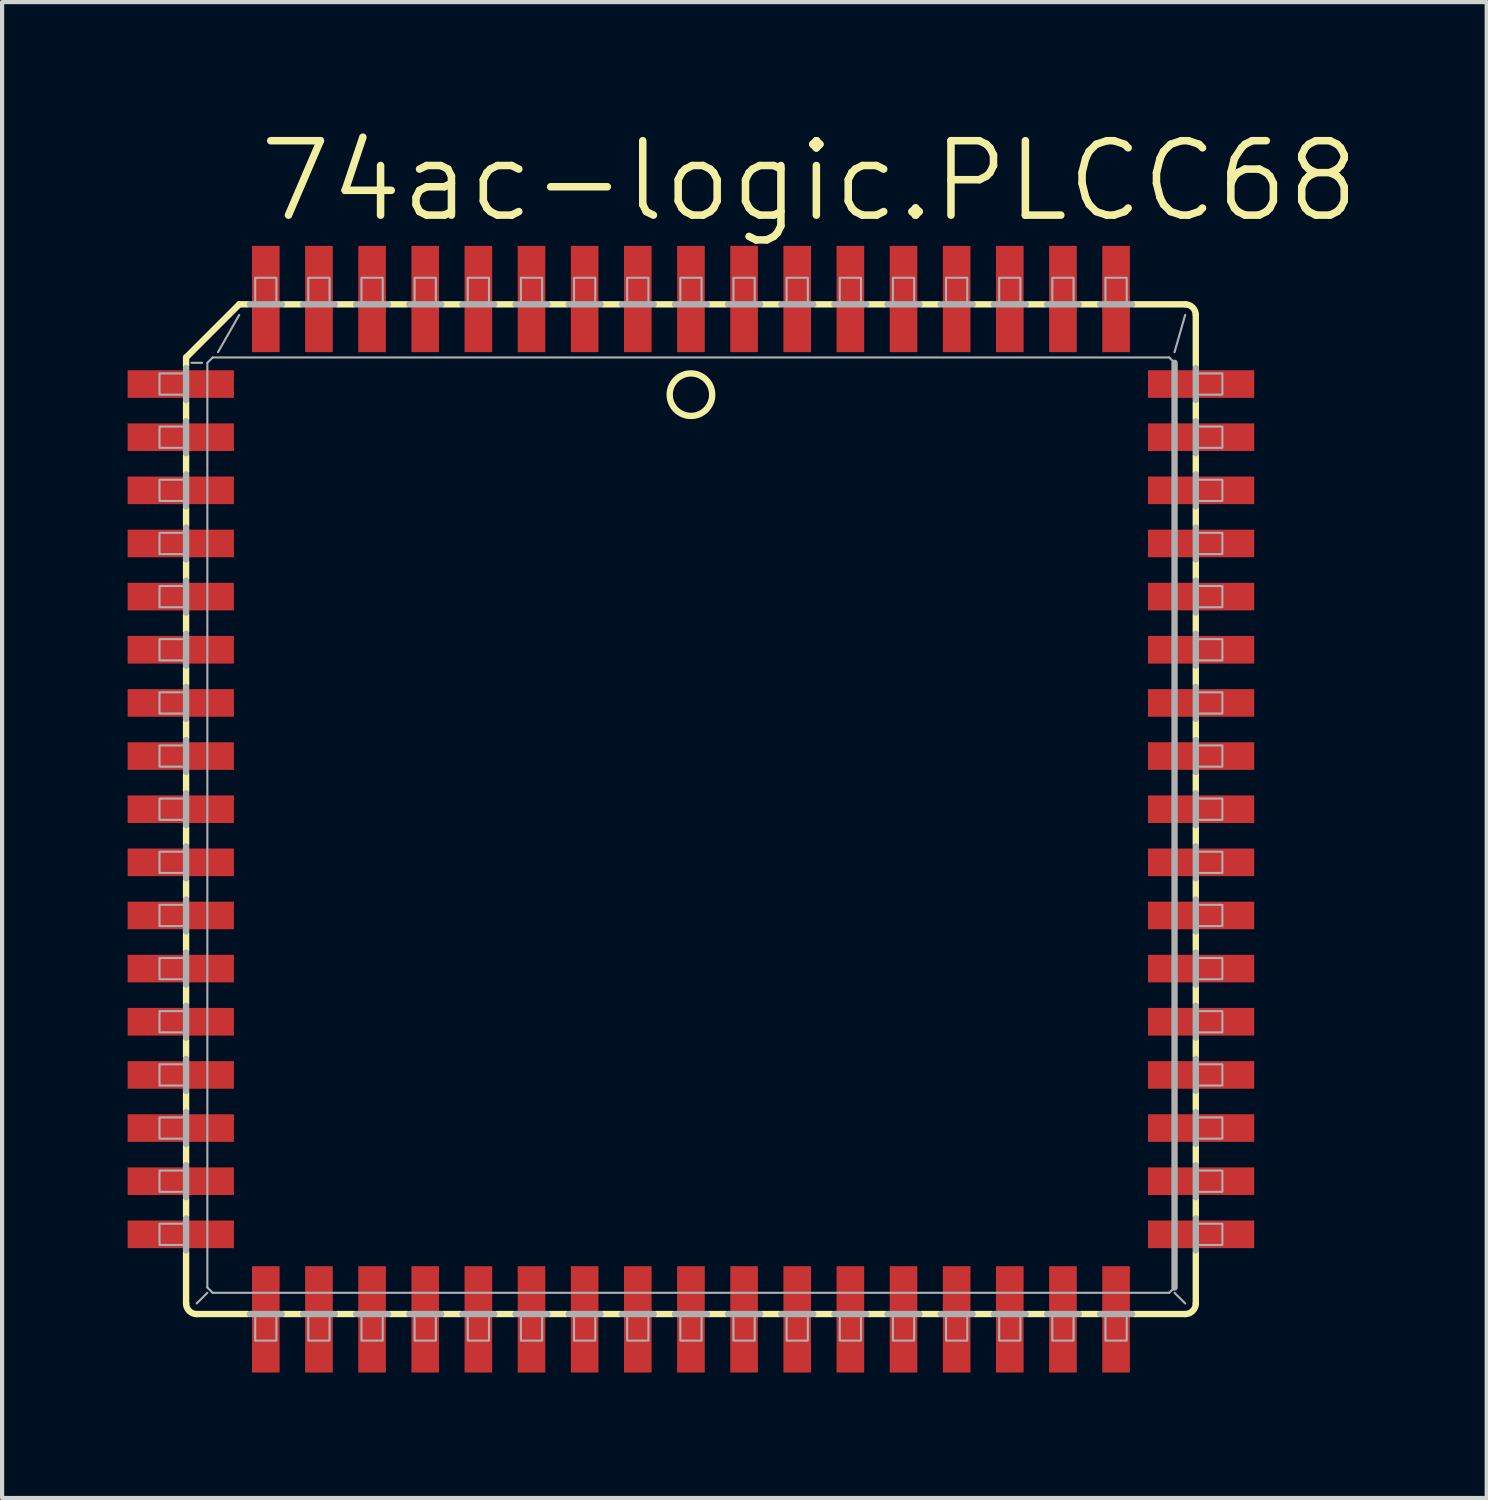
<source format=kicad_pcb>
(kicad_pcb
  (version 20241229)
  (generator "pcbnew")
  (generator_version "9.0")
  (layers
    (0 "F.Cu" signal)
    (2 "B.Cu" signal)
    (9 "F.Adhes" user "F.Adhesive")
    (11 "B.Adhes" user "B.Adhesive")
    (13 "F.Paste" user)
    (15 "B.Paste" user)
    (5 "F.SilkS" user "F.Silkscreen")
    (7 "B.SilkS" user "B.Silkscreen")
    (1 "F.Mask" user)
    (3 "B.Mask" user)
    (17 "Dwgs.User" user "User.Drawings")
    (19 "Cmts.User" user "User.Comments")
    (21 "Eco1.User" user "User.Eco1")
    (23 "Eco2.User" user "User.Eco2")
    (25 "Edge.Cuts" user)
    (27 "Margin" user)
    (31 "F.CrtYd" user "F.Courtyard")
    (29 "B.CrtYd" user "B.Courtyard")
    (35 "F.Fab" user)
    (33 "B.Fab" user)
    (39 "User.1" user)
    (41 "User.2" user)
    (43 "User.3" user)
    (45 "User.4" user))
  (footprint "74ac-logic.PLCC68"
    (layer "F.Cu")
    (at 13.462 16.288)
    (property "Reference" "74ac-logic.PLCC68" (at -10.414 -13.97 0) (layer "F.SilkS") (effects (font (size 1.778 1.778) (thickness 0.18)) (justify left bottom)))
    (attr smd)
    (fp_line (start -12.065 -10.795) (end -12.065 -10.592) (stroke (width 0.152) (type default)) (layer "F.SilkS"))
    (fp_line (start -12.065 -10.795) (end -10.795 -12.065) (stroke (width 0.152) (type default)) (layer "F.SilkS"))
    (fp_line (start -12.065 -9.728) (end -12.065 -9.322) (stroke (width 0.152) (type default)) (layer "F.SilkS"))
    (fp_line (start -12.065 -8.458) (end -12.065 -8.052) (stroke (width 0.152) (type default)) (layer "F.SilkS"))
    (fp_line (start -12.065 -7.188) (end -12.065 -6.782) (stroke (width 0.152) (type default)) (layer "F.SilkS"))
    (fp_line (start -12.065 -5.918) (end -12.065 -5.512) (stroke (width 0.152) (type default)) (layer "F.SilkS"))
    (fp_line (start -12.065 -4.648) (end -12.065 -4.242) (stroke (width 0.152) (type default)) (layer "F.SilkS"))
    (fp_line (start -12.065 -3.378) (end -12.065 -2.972) (stroke (width 0.152) (type default)) (layer "F.SilkS"))
    (fp_line (start -12.065 -1.702) (end -12.065 -2.108) (stroke (width 0.152) (type default)) (layer "F.SilkS"))
    (fp_line (start -12.065 -0.838) (end -12.065 -0.432) (stroke (width 0.152) (type default)) (layer "F.SilkS"))
    (fp_line (start -12.065 0.838) (end -12.065 0.432) (stroke (width 0.152) (type default)) (layer "F.SilkS"))
    (fp_line (start -12.065 1.702) (end -12.065 2.108) (stroke (width 0.152) (type default)) (layer "F.SilkS"))
    (fp_line (start -12.065 3.378) (end -12.065 2.972) (stroke (width 0.152) (type default)) (layer "F.SilkS"))
    (fp_line (start -12.065 4.242) (end -12.065 4.648) (stroke (width 0.152) (type default)) (layer "F.SilkS"))
    (fp_line (start -12.065 5.918) (end -12.065 5.512) (stroke (width 0.152) (type default)) (layer "F.SilkS"))
    (fp_line (start -12.065 6.782) (end -12.065 7.188) (stroke (width 0.152) (type default)) (layer "F.SilkS"))
    (fp_line (start -12.065 8.458) (end -12.065 8.052) (stroke (width 0.152) (type default)) (layer "F.SilkS"))
    (fp_line (start -12.065 9.322) (end -12.065 9.728) (stroke (width 0.152) (type default)) (layer "F.SilkS"))
    (fp_line (start -12.065 11.811) (end -12.065 10.592) (stroke (width 0.152) (type default)) (layer "F.SilkS"))
    (fp_line (start -11.811 12.065) (end -10.592 12.065) (stroke (width 0.152) (type default)) (layer "F.SilkS"))
    (fp_line (start -10.795 -12.065) (end -10.592 -12.065) (stroke (width 0.152) (type default)) (layer "F.SilkS"))
    (fp_line (start -9.728 12.065) (end -9.322 12.065) (stroke (width 0.152) (type default)) (layer "F.SilkS"))
    (fp_line (start -9.322 -12.065) (end -9.728 -12.065) (stroke (width 0.152) (type default)) (layer "F.SilkS"))
    (fp_line (start -8.458 -12.065) (end -8.052 -12.065) (stroke (width 0.152) (type default)) (layer "F.SilkS"))
    (fp_line (start -8.458 12.065) (end -8.052 12.065) (stroke (width 0.152) (type default)) (layer "F.SilkS"))
    (fp_line (start -7.188 12.065) (end -6.782 12.065) (stroke (width 0.152) (type default)) (layer "F.SilkS"))
    (fp_line (start -6.782 -12.065) (end -7.188 -12.065) (stroke (width 0.152) (type default)) (layer "F.SilkS"))
    (fp_line (start -5.918 -12.065) (end -5.512 -12.065) (stroke (width 0.152) (type default)) (layer "F.SilkS"))
    (fp_line (start -5.918 12.065) (end -5.512 12.065) (stroke (width 0.152) (type default)) (layer "F.SilkS"))
    (fp_line (start -4.648 12.065) (end -4.242 12.065) (stroke (width 0.152) (type default)) (layer "F.SilkS"))
    (fp_line (start -4.242 -12.065) (end -4.648 -12.065) (stroke (width 0.152) (type default)) (layer "F.SilkS"))
    (fp_line (start -3.378 -12.065) (end -2.972 -12.065) (stroke (width 0.152) (type default)) (layer "F.SilkS"))
    (fp_line (start -3.378 12.065) (end -2.972 12.065) (stroke (width 0.152) (type default)) (layer "F.SilkS"))
    (fp_line (start -1.702 -12.065) (end -2.108 -12.065) (stroke (width 0.152) (type default)) (layer "F.SilkS"))
    (fp_line (start -1.702 12.065) (end -2.108 12.065) (stroke (width 0.152) (type default)) (layer "F.SilkS"))
    (fp_line (start -0.838 -12.065) (end -0.432 -12.065) (stroke (width 0.152) (type default)) (layer "F.SilkS"))
    (fp_line (start -0.838 12.065) (end -0.432 12.065) (stroke (width 0.152) (type default)) (layer "F.SilkS"))
    (fp_line (start 0.838 -12.065) (end 0.432 -12.065) (stroke (width 0.152) (type default)) (layer "F.SilkS"))
    (fp_line (start 0.838 12.065) (end 0.432 12.065) (stroke (width 0.152) (type default)) (layer "F.SilkS"))
    (fp_line (start 1.702 -12.065) (end 2.108 -12.065) (stroke (width 0.152) (type default)) (layer "F.SilkS"))
    (fp_line (start 1.702 12.065) (end 2.108 12.065) (stroke (width 0.152) (type default)) (layer "F.SilkS"))
    (fp_line (start 3.378 -12.065) (end 2.972 -12.065) (stroke (width 0.152) (type default)) (layer "F.SilkS"))
    (fp_line (start 3.378 12.065) (end 2.972 12.065) (stroke (width 0.152) (type default)) (layer "F.SilkS"))
    (fp_line (start 4.242 12.065) (end 4.648 12.065) (stroke (width 0.152) (type default)) (layer "F.SilkS"))
    (fp_line (start 4.648 -12.065) (end 4.242 -12.065) (stroke (width 0.152) (type default)) (layer "F.SilkS"))
    (fp_line (start 5.918 -12.065) (end 5.512 -12.065) (stroke (width 0.152) (type default)) (layer "F.SilkS"))
    (fp_line (start 5.918 12.065) (end 5.512 12.065) (stroke (width 0.152) (type default)) (layer "F.SilkS"))
    (fp_line (start 6.782 12.065) (end 7.188 12.065) (stroke (width 0.152) (type default)) (layer "F.SilkS"))
    (fp_line (start 7.188 -12.065) (end 6.782 -12.065) (stroke (width 0.152) (type default)) (layer "F.SilkS"))
    (fp_line (start 8.458 -12.065) (end 8.052 -12.065) (stroke (width 0.152) (type default)) (layer "F.SilkS"))
    (fp_line (start 8.458 12.065) (end 8.052 12.065) (stroke (width 0.152) (type default)) (layer "F.SilkS"))
    (fp_line (start 9.322 12.065) (end 9.728 12.065) (stroke (width 0.152) (type default)) (layer "F.SilkS"))
    (fp_line (start 9.728 -12.065) (end 9.322 -12.065) (stroke (width 0.152) (type default)) (layer "F.SilkS"))
    (fp_line (start 11.811 -12.065) (end 10.592 -12.065) (stroke (width 0.152) (type default)) (layer "F.SilkS"))
    (fp_line (start 11.811 12.065) (end 10.592 12.065) (stroke (width 0.152) (type default)) (layer "F.SilkS"))
    (fp_line (start 12.065 -11.811) (end 12.065 -10.592) (stroke (width 0.152) (type default)) (layer "F.SilkS"))
    (fp_line (start 12.065 -9.322) (end 12.065 -9.728) (stroke (width 0.152) (type default)) (layer "F.SilkS"))
    (fp_line (start 12.065 -8.458) (end 12.065 -8.052) (stroke (width 0.152) (type default)) (layer "F.SilkS"))
    (fp_line (start 12.065 -6.782) (end 12.065 -7.188) (stroke (width 0.152) (type default)) (layer "F.SilkS"))
    (fp_line (start 12.065 -5.918) (end 12.065 -5.512) (stroke (width 0.152) (type default)) (layer "F.SilkS"))
    (fp_line (start 12.065 -4.242) (end 12.065 -4.648) (stroke (width 0.152) (type default)) (layer "F.SilkS"))
    (fp_line (start 12.065 -3.378) (end 12.065 -2.972) (stroke (width 0.152) (type default)) (layer "F.SilkS"))
    (fp_line (start 12.065 -1.702) (end 12.065 -2.108) (stroke (width 0.152) (type default)) (layer "F.SilkS"))
    (fp_line (start 12.065 -0.838) (end 12.065 -0.432) (stroke (width 0.152) (type default)) (layer "F.SilkS"))
    (fp_line (start 12.065 0.838) (end 12.065 0.432) (stroke (width 0.152) (type default)) (layer "F.SilkS"))
    (fp_line (start 12.065 1.702) (end 12.065 2.108) (stroke (width 0.152) (type default)) (layer "F.SilkS"))
    (fp_line (start 12.065 3.378) (end 12.065 2.972) (stroke (width 0.152) (type default)) (layer "F.SilkS"))
    (fp_line (start 12.065 4.648) (end 12.065 4.242) (stroke (width 0.152) (type default)) (layer "F.SilkS"))
    (fp_line (start 12.065 5.918) (end 12.065 5.512) (stroke (width 0.152) (type default)) (layer "F.SilkS"))
    (fp_line (start 12.065 7.188) (end 12.065 6.782) (stroke (width 0.152) (type default)) (layer "F.SilkS"))
    (fp_line (start 12.065 8.458) (end 12.065 8.052) (stroke (width 0.152) (type default)) (layer "F.SilkS"))
    (fp_line (start 12.065 9.728) (end 12.065 9.322) (stroke (width 0.152) (type default)) (layer "F.SilkS"))
    (fp_line (start 12.065 11.811) (end 12.065 10.592) (stroke (width 0.152) (type default)) (layer "F.SilkS"))
    (fp_arc (start -11.811 12.065) (mid -11.990605 11.990605) (end -12.065 11.811) (stroke (width 0.1524) (type default)) (layer "F.SilkS"))
    (fp_arc (start 11.811 -12.065) (mid 11.990605 -11.990605) (end 12.065 -11.811) (stroke (width 0.1524) (type default)) (layer "F.SilkS"))
    (fp_arc (start 12.065 11.811) (mid 11.990605 11.990605) (end 11.811 12.065) (stroke (width 0.1524) (type default)) (layer "F.SilkS"))
    (fp_circle (center 0 -9.906) (end 0.508 -9.906) (stroke (width 0.152) (type default)) (fill no) (layer "F.SilkS"))
    (fp_line (start -12.065 -10.541) (end -12.065 -9.779) (stroke (width 0.152) (type default)) (layer "F.Fab"))
    (fp_line (start -12.065 -9.271) (end -12.065 -8.509) (stroke (width 0.152) (type default)) (layer "F.Fab"))
    (fp_line (start -12.065 -8.001) (end -12.065 -7.239) (stroke (width 0.152) (type default)) (layer "F.Fab"))
    (fp_line (start -12.065 -6.731) (end -12.065 -5.969) (stroke (width 0.152) (type default)) (layer "F.Fab"))
    (fp_line (start -12.065 -5.461) (end -12.065 -4.699) (stroke (width 0.152) (type default)) (layer "F.Fab"))
    (fp_line (start -12.065 -4.191) (end -12.065 -3.429) (stroke (width 0.152) (type default)) (layer "F.Fab"))
    (fp_line (start -12.065 -2.921) (end -12.065 -2.159) (stroke (width 0.152) (type default)) (layer "F.Fab"))
    (fp_line (start -12.065 -1.651) (end -12.065 -0.889) (stroke (width 0.152) (type default)) (layer "F.Fab"))
    (fp_line (start -12.065 -0.381) (end -12.065 0.381) (stroke (width 0.152) (type default)) (layer "F.Fab"))
    (fp_line (start -12.065 0.889) (end -12.065 1.651) (stroke (width 0.152) (type default)) (layer "F.Fab"))
    (fp_line (start -12.065 2.159) (end -12.065 2.921) (stroke (width 0.152) (type default)) (layer "F.Fab"))
    (fp_line (start -12.065 3.429) (end -12.065 4.191) (stroke (width 0.152) (type default)) (layer "F.Fab"))
    (fp_line (start -12.065 4.699) (end -12.065 5.461) (stroke (width 0.152) (type default)) (layer "F.Fab"))
    (fp_line (start -12.065 5.969) (end -12.065 6.731) (stroke (width 0.152) (type default)) (layer "F.Fab"))
    (fp_line (start -12.065 7.239) (end -12.065 8.001) (stroke (width 0.152) (type default)) (layer "F.Fab"))
    (fp_line (start -12.065 8.509) (end -12.065 9.271) (stroke (width 0.152) (type default)) (layer "F.Fab"))
    (fp_line (start -12.065 9.779) (end -12.065 10.541) (stroke (width 0.152) (type default)) (layer "F.Fab"))
    (fp_line (start -11.684 -10.668) (end -11.938 -10.668) (stroke (width 0.051) (type default)) (layer "F.Fab"))
    (fp_line (start -11.557 11.43) (end -11.557 -10.668) (stroke (width 0.051) (type default)) (layer "F.Fab"))
    (fp_line (start -11.557 11.43) (end -11.43 11.557) (stroke (width 0.051) (type default)) (layer "F.Fab"))
    (fp_line (start -11.557 11.557) (end -11.811 11.811) (stroke (width 0.051) (type default)) (layer "F.Fab"))
    (fp_line (start -11.43 -10.795) (end -11.557 -10.668) (stroke (width 0.051) (type default)) (layer "F.Fab"))
    (fp_line (start -11.43 -10.795) (end 11.43 -10.795) (stroke (width 0.051) (type default)) (layer "F.Fab"))
    (fp_line (start -11.303 -10.922) (end -10.795 -11.811) (stroke (width 0.051) (type default)) (layer "F.Fab"))
    (fp_line (start -10.541 12.065) (end -9.779 12.065) (stroke (width 0.152) (type default)) (layer "F.Fab"))
    (fp_line (start -9.779 -12.065) (end -10.541 -12.065) (stroke (width 0.152) (type default)) (layer "F.Fab"))
    (fp_line (start -9.271 12.065) (end -8.509 12.065) (stroke (width 0.152) (type default)) (layer "F.Fab"))
    (fp_line (start -8.509 -12.065) (end -9.271 -12.065) (stroke (width 0.152) (type default)) (layer "F.Fab"))
    (fp_line (start -8.001 12.065) (end -7.239 12.065) (stroke (width 0.152) (type default)) (layer "F.Fab"))
    (fp_line (start -7.239 -12.065) (end -8.001 -12.065) (stroke (width 0.152) (type default)) (layer "F.Fab"))
    (fp_line (start -6.731 12.065) (end -5.969 12.065) (stroke (width 0.152) (type default)) (layer "F.Fab"))
    (fp_line (start -5.969 -12.065) (end -6.731 -12.065) (stroke (width 0.152) (type default)) (layer "F.Fab"))
    (fp_line (start -5.461 12.065) (end -4.699 12.065) (stroke (width 0.152) (type default)) (layer "F.Fab"))
    (fp_line (start -4.699 -12.065) (end -5.461 -12.065) (stroke (width 0.152) (type default)) (layer "F.Fab"))
    (fp_line (start -4.191 12.065) (end -3.429 12.065) (stroke (width 0.152) (type default)) (layer "F.Fab"))
    (fp_line (start -3.429 -12.065) (end -4.191 -12.065) (stroke (width 0.152) (type default)) (layer "F.Fab"))
    (fp_line (start -2.921 12.065) (end -2.159 12.065) (stroke (width 0.152) (type default)) (layer "F.Fab"))
    (fp_line (start -2.159 -12.065) (end -2.921 -12.065) (stroke (width 0.152) (type default)) (layer "F.Fab"))
    (fp_line (start -1.651 12.065) (end -0.889 12.065) (stroke (width 0.152) (type default)) (layer "F.Fab"))
    (fp_line (start -0.889 -12.065) (end -1.651 -12.065) (stroke (width 0.152) (type default)) (layer "F.Fab"))
    (fp_line (start -0.381 12.065) (end 0.381 12.065) (stroke (width 0.152) (type default)) (layer "F.Fab"))
    (fp_line (start 0.381 -12.065) (end -0.381 -12.065) (stroke (width 0.152) (type default)) (layer "F.Fab"))
    (fp_line (start 0.889 12.065) (end 1.651 12.065) (stroke (width 0.152) (type default)) (layer "F.Fab"))
    (fp_line (start 1.651 -12.065) (end 0.889 -12.065) (stroke (width 0.152) (type default)) (layer "F.Fab"))
    (fp_line (start 2.159 12.065) (end 2.921 12.065) (stroke (width 0.152) (type default)) (layer "F.Fab"))
    (fp_line (start 2.921 -12.065) (end 2.159 -12.065) (stroke (width 0.152) (type default)) (layer "F.Fab"))
    (fp_line (start 3.429 12.065) (end 4.191 12.065) (stroke (width 0.152) (type default)) (layer "F.Fab"))
    (fp_line (start 4.191 -12.065) (end 3.429 -12.065) (stroke (width 0.152) (type default)) (layer "F.Fab"))
    (fp_line (start 4.699 12.065) (end 5.461 12.065) (stroke (width 0.152) (type default)) (layer "F.Fab"))
    (fp_line (start 5.461 -12.065) (end 4.699 -12.065) (stroke (width 0.152) (type default)) (layer "F.Fab"))
    (fp_line (start 5.969 12.065) (end 6.731 12.065) (stroke (width 0.152) (type default)) (layer "F.Fab"))
    (fp_line (start 6.731 -12.065) (end 5.969 -12.065) (stroke (width 0.152) (type default)) (layer "F.Fab"))
    (fp_line (start 7.239 12.065) (end 8.001 12.065) (stroke (width 0.152) (type default)) (layer "F.Fab"))
    (fp_line (start 8.001 -12.065) (end 7.239 -12.065) (stroke (width 0.152) (type default)) (layer "F.Fab"))
    (fp_line (start 8.509 12.065) (end 9.271 12.065) (stroke (width 0.152) (type default)) (layer "F.Fab"))
    (fp_line (start 9.271 -12.065) (end 8.509 -12.065) (stroke (width 0.152) (type default)) (layer "F.Fab"))
    (fp_line (start 9.779 12.065) (end 10.541 12.065) (stroke (width 0.152) (type default)) (layer "F.Fab"))
    (fp_line (start 10.541 -12.065) (end 9.779 -12.065) (stroke (width 0.152) (type default)) (layer "F.Fab"))
    (fp_line (start 11.43 11.557) (end -11.43 11.557) (stroke (width 0.051) (type default)) (layer "F.Fab"))
    (fp_line (start 11.43 11.557) (end 11.557 11.43) (stroke (width 0.051) (type default)) (layer "F.Fab"))
    (fp_line (start 11.557 -10.668) (end 11.43 -10.795) (stroke (width 0.051) (type default)) (layer "F.Fab"))
    (fp_line (start 11.557 -10.668) (end 11.557 11.43) (stroke (width 0.152) (type default)) (layer "F.Fab"))
    (fp_line (start 11.557 11.557) (end 11.811 11.811) (stroke (width 0.051) (type default)) (layer "F.Fab"))
    (fp_line (start 11.811 -11.811) (end 11.557 -10.922) (stroke (width 0.051) (type default)) (layer "F.Fab"))
    (fp_line (start 12.065 -9.779) (end 12.065 -10.541) (stroke (width 0.152) (type default)) (layer "F.Fab"))
    (fp_line (start 12.065 -8.509) (end 12.065 -9.271) (stroke (width 0.152) (type default)) (layer "F.Fab"))
    (fp_line (start 12.065 -7.239) (end 12.065 -8.001) (stroke (width 0.152) (type default)) (layer "F.Fab"))
    (fp_line (start 12.065 -5.969) (end 12.065 -6.731) (stroke (width 0.152) (type default)) (layer "F.Fab"))
    (fp_line (start 12.065 -4.699) (end 12.065 -5.461) (stroke (width 0.152) (type default)) (layer "F.Fab"))
    (fp_line (start 12.065 -3.429) (end 12.065 -4.191) (stroke (width 0.152) (type default)) (layer "F.Fab"))
    (fp_line (start 12.065 -2.159) (end 12.065 -2.921) (stroke (width 0.152) (type default)) (layer "F.Fab"))
    (fp_line (start 12.065 -0.889) (end 12.065 -1.651) (stroke (width 0.152) (type default)) (layer "F.Fab"))
    (fp_line (start 12.065 0.381) (end 12.065 -0.381) (stroke (width 0.152) (type default)) (layer "F.Fab"))
    (fp_line (start 12.065 1.651) (end 12.065 0.889) (stroke (width 0.152) (type default)) (layer "F.Fab"))
    (fp_line (start 12.065 2.921) (end 12.065 2.159) (stroke (width 0.152) (type default)) (layer "F.Fab"))
    (fp_line (start 12.065 4.191) (end 12.065 3.429) (stroke (width 0.152) (type default)) (layer "F.Fab"))
    (fp_line (start 12.065 5.461) (end 12.065 4.699) (stroke (width 0.152) (type default)) (layer "F.Fab"))
    (fp_line (start 12.065 6.731) (end 12.065 5.969) (stroke (width 0.152) (type default)) (layer "F.Fab"))
    (fp_line (start 12.065 8.001) (end 12.065 7.239) (stroke (width 0.152) (type default)) (layer "F.Fab"))
    (fp_line (start 12.065 9.271) (end 12.065 8.509) (stroke (width 0.152) (type default)) (layer "F.Fab"))
    (fp_line (start 12.065 10.541) (end 12.065 9.779) (stroke (width 0.152) (type default)) (layer "F.Fab"))
    (fp_rect (start -12.7 -9.906) (end -12.065 -10.414) (stroke (width 0.05) (type default)) (fill no) (layer "F.Fab"))
    (fp_rect (start -12.7 -8.636) (end -12.065 -9.144) (stroke (width 0.05) (type default)) (fill no) (layer "F.Fab"))
    (fp_rect (start -12.7 -7.366) (end -12.065 -7.874) (stroke (width 0.05) (type default)) (fill no) (layer "F.Fab"))
    (fp_rect (start -12.7 -6.096) (end -12.065 -6.604) (stroke (width 0.05) (type default)) (fill no) (layer "F.Fab"))
    (fp_rect (start -12.7 -4.826) (end -12.065 -5.334) (stroke (width 0.05) (type default)) (fill no) (layer "F.Fab"))
    (fp_rect (start -12.7 -3.556) (end -12.065 -4.064) (stroke (width 0.05) (type default)) (fill no) (layer "F.Fab"))
    (fp_rect (start -12.7 -2.286) (end -12.065 -2.794) (stroke (width 0.05) (type default)) (fill no) (layer "F.Fab"))
    (fp_rect (start -12.7 -1.016) (end -12.065 -1.524) (stroke (width 0.05) (type default)) (fill no) (layer "F.Fab"))
    (fp_rect (start -12.7 0.254) (end -12.065 -0.254) (stroke (width 0.05) (type default)) (fill no) (layer "F.Fab"))
    (fp_rect (start -12.7 1.524) (end -12.065 1.016) (stroke (width 0.05) (type default)) (fill no) (layer "F.Fab"))
    (fp_rect (start -12.7 2.794) (end -12.065 2.286) (stroke (width 0.05) (type default)) (fill no) (layer "F.Fab"))
    (fp_rect (start -12.7 4.064) (end -12.065 3.556) (stroke (width 0.05) (type default)) (fill no) (layer "F.Fab"))
    (fp_rect (start -12.7 5.334) (end -12.065 4.826) (stroke (width 0.05) (type default)) (fill no) (layer "F.Fab"))
    (fp_rect (start -12.7 6.604) (end -12.065 6.096) (stroke (width 0.05) (type default)) (fill no) (layer "F.Fab"))
    (fp_rect (start -12.7 7.874) (end -12.065 7.366) (stroke (width 0.05) (type default)) (fill no) (layer "F.Fab"))
    (fp_rect (start -12.7 9.144) (end -12.065 8.636) (stroke (width 0.05) (type default)) (fill no) (layer "F.Fab"))
    (fp_rect (start -12.7 10.414) (end -12.065 9.906) (stroke (width 0.05) (type default)) (fill no) (layer "F.Fab"))
    (fp_rect (start -10.414 -12.065) (end -9.906 -12.7) (stroke (width 0.05) (type default)) (fill no) (layer "F.Fab"))
    (fp_rect (start -10.414 12.7) (end -9.906 12.065) (stroke (width 0.05) (type default)) (fill no) (layer "F.Fab"))
    (fp_rect (start -9.144 -12.065) (end -8.636 -12.7) (stroke (width 0.05) (type default)) (fill no) (layer "F.Fab"))
    (fp_rect (start -9.144 12.7) (end -8.636 12.065) (stroke (width 0.05) (type default)) (fill no) (layer "F.Fab"))
    (fp_rect (start -7.874 -12.065) (end -7.366 -12.7) (stroke (width 0.05) (type default)) (fill no) (layer "F.Fab"))
    (fp_rect (start -7.874 12.7) (end -7.366 12.065) (stroke (width 0.05) (type default)) (fill no) (layer "F.Fab"))
    (fp_rect (start -6.604 -12.065) (end -6.096 -12.7) (stroke (width 0.05) (type default)) (fill no) (layer "F.Fab"))
    (fp_rect (start -6.604 12.7) (end -6.096 12.065) (stroke (width 0.05) (type default)) (fill no) (layer "F.Fab"))
    (fp_rect (start -5.334 -12.065) (end -4.826 -12.7) (stroke (width 0.05) (type default)) (fill no) (layer "F.Fab"))
    (fp_rect (start -5.334 12.7) (end -4.826 12.065) (stroke (width 0.05) (type default)) (fill no) (layer "F.Fab"))
    (fp_rect (start -4.064 -12.065) (end -3.556 -12.7) (stroke (width 0.05) (type default)) (fill no) (layer "F.Fab"))
    (fp_rect (start -4.064 12.7) (end -3.556 12.065) (stroke (width 0.05) (type default)) (fill no) (layer "F.Fab"))
    (fp_rect (start -2.794 -12.065) (end -2.286 -12.7) (stroke (width 0.05) (type default)) (fill no) (layer "F.Fab"))
    (fp_rect (start -2.794 12.7) (end -2.286 12.065) (stroke (width 0.05) (type default)) (fill no) (layer "F.Fab"))
    (fp_rect (start -1.524 -12.065) (end -1.016 -12.7) (stroke (width 0.05) (type default)) (fill no) (layer "F.Fab"))
    (fp_rect (start -1.524 12.7) (end -1.016 12.065) (stroke (width 0.05) (type default)) (fill no) (layer "F.Fab"))
    (fp_rect (start -0.254 -12.065) (end 0.254 -12.7) (stroke (width 0.05) (type default)) (fill no) (layer "F.Fab"))
    (fp_rect (start -0.254 12.7) (end 0.254 12.065) (stroke (width 0.05) (type default)) (fill no) (layer "F.Fab"))
    (fp_rect (start 1.016 -12.065) (end 1.524 -12.7) (stroke (width 0.05) (type default)) (fill no) (layer "F.Fab"))
    (fp_rect (start 1.016 12.7) (end 1.524 12.065) (stroke (width 0.05) (type default)) (fill no) (layer "F.Fab"))
    (fp_rect (start 2.286 -12.065) (end 2.794 -12.7) (stroke (width 0.05) (type default)) (fill no) (layer "F.Fab"))
    (fp_rect (start 2.286 12.7) (end 2.794 12.065) (stroke (width 0.05) (type default)) (fill no) (layer "F.Fab"))
    (fp_rect (start 3.556 -12.065) (end 4.064 -12.7) (stroke (width 0.05) (type default)) (fill no) (layer "F.Fab"))
    (fp_rect (start 3.556 12.7) (end 4.064 12.065) (stroke (width 0.05) (type default)) (fill no) (layer "F.Fab"))
    (fp_rect (start 4.826 -12.065) (end 5.334 -12.7) (stroke (width 0.05) (type default)) (fill no) (layer "F.Fab"))
    (fp_rect (start 4.826 12.7) (end 5.334 12.065) (stroke (width 0.05) (type default)) (fill no) (layer "F.Fab"))
    (fp_rect (start 6.096 -12.065) (end 6.604 -12.7) (stroke (width 0.05) (type default)) (fill no) (layer "F.Fab"))
    (fp_rect (start 6.096 12.7) (end 6.604 12.065) (stroke (width 0.05) (type default)) (fill no) (layer "F.Fab"))
    (fp_rect (start 7.366 -12.065) (end 7.874 -12.7) (stroke (width 0.05) (type default)) (fill no) (layer "F.Fab"))
    (fp_rect (start 7.366 12.7) (end 7.874 12.065) (stroke (width 0.05) (type default)) (fill no) (layer "F.Fab"))
    (fp_rect (start 8.636 -12.065) (end 9.144 -12.7) (stroke (width 0.05) (type default)) (fill no) (layer "F.Fab"))
    (fp_rect (start 8.636 12.7) (end 9.144 12.065) (stroke (width 0.05) (type default)) (fill no) (layer "F.Fab"))
    (fp_rect (start 9.906 -12.065) (end 10.414 -12.7) (stroke (width 0.05) (type default)) (fill no) (layer "F.Fab"))
    (fp_rect (start 9.906 12.7) (end 10.414 12.065) (stroke (width 0.05) (type default)) (fill no) (layer "F.Fab"))
    (fp_rect (start 12.065 -9.906) (end 12.7 -10.414) (stroke (width 0.05) (type default)) (fill no) (layer "F.Fab"))
    (fp_rect (start 12.065 -8.636) (end 12.7 -9.144) (stroke (width 0.05) (type default)) (fill no) (layer "F.Fab"))
    (fp_rect (start 12.065 -7.366) (end 12.7 -7.874) (stroke (width 0.05) (type default)) (fill no) (layer "F.Fab"))
    (fp_rect (start 12.065 -6.096) (end 12.7 -6.604) (stroke (width 0.05) (type default)) (fill no) (layer "F.Fab"))
    (fp_rect (start 12.065 -4.826) (end 12.7 -5.334) (stroke (width 0.05) (type default)) (fill no) (layer "F.Fab"))
    (fp_rect (start 12.065 -3.556) (end 12.7 -4.064) (stroke (width 0.05) (type default)) (fill no) (layer "F.Fab"))
    (fp_rect (start 12.065 -2.286) (end 12.7 -2.794) (stroke (width 0.05) (type default)) (fill no) (layer "F.Fab"))
    (fp_rect (start 12.065 -1.016) (end 12.7 -1.524) (stroke (width 0.05) (type default)) (fill no) (layer "F.Fab"))
    (fp_rect (start 12.065 0.254) (end 12.7 -0.254) (stroke (width 0.05) (type default)) (fill no) (layer "F.Fab"))
    (fp_rect (start 12.065 1.524) (end 12.7 1.016) (stroke (width 0.05) (type default)) (fill no) (layer "F.Fab"))
    (fp_rect (start 12.065 2.794) (end 12.7 2.286) (stroke (width 0.05) (type default)) (fill no) (layer "F.Fab"))
    (fp_rect (start 12.065 4.064) (end 12.7 3.556) (stroke (width 0.05) (type default)) (fill no) (layer "F.Fab"))
    (fp_rect (start 12.065 5.334) (end 12.7 4.826) (stroke (width 0.05) (type default)) (fill no) (layer "F.Fab"))
    (fp_rect (start 12.065 6.604) (end 12.7 6.096) (stroke (width 0.05) (type default)) (fill no) (layer "F.Fab"))
    (fp_rect (start 12.065 7.874) (end 12.7 7.366) (stroke (width 0.05) (type default)) (fill no) (layer "F.Fab"))
    (fp_rect (start 12.065 9.144) (end 12.7 8.636) (stroke (width 0.05) (type default)) (fill no) (layer "F.Fab"))
    (fp_rect (start 12.065 10.414) (end 12.7 9.906) (stroke (width 0.05) (type default)) (fill no) (layer "F.Fab"))
    (pad "1" smd roundrect (at 0 -12.192) (size 0.66 2.54) (layers "F.Cu" "F.Mask" "F.Paste") (roundrect_rratio 0.01))
    (pad "2" smd roundrect (at -1.27 -12.192) (size 0.66 2.54) (layers "F.Cu" "F.Mask" "F.Paste") (roundrect_rratio 0.01))
    (pad "3" smd roundrect (at -2.54 -12.192) (size 0.66 2.54) (layers "F.Cu" "F.Mask" "F.Paste") (roundrect_rratio 0.01))
    (pad "4" smd roundrect (at -3.81 -12.192) (size 0.66 2.54) (layers "F.Cu" "F.Mask" "F.Paste") (roundrect_rratio 0.01))
    (pad "5" smd roundrect (at -5.08 -12.192) (size 0.66 2.54) (layers "F.Cu" "F.Mask" "F.Paste") (roundrect_rratio 0.01))
    (pad "6" smd roundrect (at -6.35 -12.192) (size 0.66 2.54) (layers "F.Cu" "F.Mask" "F.Paste") (roundrect_rratio 0.01))
    (pad "7" smd roundrect (at -7.62 -12.192) (size 0.66 2.54) (layers "F.Cu" "F.Mask" "F.Paste") (roundrect_rratio 0.01))
    (pad "8" smd roundrect (at -8.89 -12.192) (size 0.66 2.54) (layers "F.Cu" "F.Mask" "F.Paste") (roundrect_rratio 0.01))
    (pad "9" smd roundrect (at -10.16 -12.192) (size 0.66 2.54) (layers "F.Cu" "F.Mask" "F.Paste") (roundrect_rratio 0.01))
    (pad "10" smd roundrect (at -12.192 -10.16) (size 2.54 0.66) (layers "F.Cu" "F.Mask" "F.Paste") (roundrect_rratio 0.01))
    (pad "11" smd roundrect (at -12.192 -8.89) (size 2.54 0.66) (layers "F.Cu" "F.Mask" "F.Paste") (roundrect_rratio 0.01))
    (pad "12" smd roundrect (at -12.192 -7.62) (size 2.54 0.66) (layers "F.Cu" "F.Mask" "F.Paste") (roundrect_rratio 0.01))
    (pad "13" smd roundrect (at -12.192 -6.35) (size 2.54 0.66) (layers "F.Cu" "F.Mask" "F.Paste") (roundrect_rratio 0.01))
    (pad "14" smd roundrect (at -12.192 -5.08) (size 2.54 0.66) (layers "F.Cu" "F.Mask" "F.Paste") (roundrect_rratio 0.01))
    (pad "15" smd roundrect (at -12.192 -3.81) (size 2.54 0.66) (layers "F.Cu" "F.Mask" "F.Paste") (roundrect_rratio 0.01))
    (pad "16" smd roundrect (at -12.192 -2.54) (size 2.54 0.66) (layers "F.Cu" "F.Mask" "F.Paste") (roundrect_rratio 0.01))
    (pad "17" smd roundrect (at -12.192 -1.27) (size 2.54 0.66) (layers "F.Cu" "F.Mask" "F.Paste") (roundrect_rratio 0.01))
    (pad "18" smd roundrect (at -12.192 0) (size 2.54 0.66) (layers "F.Cu" "F.Mask" "F.Paste") (roundrect_rratio 0.01))
    (pad "19" smd roundrect (at -12.192 1.27) (size 2.54 0.66) (layers "F.Cu" "F.Mask" "F.Paste") (roundrect_rratio 0.01))
    (pad "20" smd roundrect (at -12.192 2.54) (size 2.54 0.66) (layers "F.Cu" "F.Mask" "F.Paste") (roundrect_rratio 0.01))
    (pad "21" smd roundrect (at -12.192 3.81) (size 2.54 0.66) (layers "F.Cu" "F.Mask" "F.Paste") (roundrect_rratio 0.01))
    (pad "22" smd roundrect (at -12.192 5.08) (size 2.54 0.66) (layers "F.Cu" "F.Mask" "F.Paste") (roundrect_rratio 0.01))
    (pad "23" smd roundrect (at -12.192 6.35) (size 2.54 0.66) (layers "F.Cu" "F.Mask" "F.Paste") (roundrect_rratio 0.01))
    (pad "24" smd roundrect (at -12.192 7.62) (size 2.54 0.66) (layers "F.Cu" "F.Mask" "F.Paste") (roundrect_rratio 0.01))
    (pad "25" smd roundrect (at -12.192 8.89) (size 2.54 0.66) (layers "F.Cu" "F.Mask" "F.Paste") (roundrect_rratio 0.01))
    (pad "26" smd roundrect (at -12.192 10.16) (size 2.54 0.66) (layers "F.Cu" "F.Mask" "F.Paste") (roundrect_rratio 0.01))
    (pad "27" smd roundrect (at -10.16 12.192) (size 0.66 2.54) (layers "F.Cu" "F.Mask" "F.Paste") (roundrect_rratio 0.01))
    (pad "28" smd roundrect (at -8.89 12.192) (size 0.66 2.54) (layers "F.Cu" "F.Mask" "F.Paste") (roundrect_rratio 0.01))
    (pad "29" smd roundrect (at -7.62 12.192) (size 0.66 2.54) (layers "F.Cu" "F.Mask" "F.Paste") (roundrect_rratio 0.01))
    (pad "30" smd roundrect (at -6.35 12.192) (size 0.66 2.54) (layers "F.Cu" "F.Mask" "F.Paste") (roundrect_rratio 0.01))
    (pad "31" smd roundrect (at -5.08 12.192) (size 0.66 2.54) (layers "F.Cu" "F.Mask" "F.Paste") (roundrect_rratio 0.01))
    (pad "32" smd roundrect (at -3.81 12.192) (size 0.66 2.54) (layers "F.Cu" "F.Mask" "F.Paste") (roundrect_rratio 0.01))
    (pad "33" smd roundrect (at -2.54 12.192) (size 0.66 2.54) (layers "F.Cu" "F.Mask" "F.Paste") (roundrect_rratio 0.01))
    (pad "34" smd roundrect (at -1.27 12.192) (size 0.66 2.54) (layers "F.Cu" "F.Mask" "F.Paste") (roundrect_rratio 0.01))
    (pad "35" smd roundrect (at 0 12.192) (size 0.66 2.54) (layers "F.Cu" "F.Mask" "F.Paste") (roundrect_rratio 0.01))
    (pad "36" smd roundrect (at 1.27 12.192) (size 0.66 2.54) (layers "F.Cu" "F.Mask" "F.Paste") (roundrect_rratio 0.01))
    (pad "37" smd roundrect (at 2.54 12.192) (size 0.66 2.54) (layers "F.Cu" "F.Mask" "F.Paste") (roundrect_rratio 0.01))
    (pad "38" smd roundrect (at 3.81 12.192) (size 0.66 2.54) (layers "F.Cu" "F.Mask" "F.Paste") (roundrect_rratio 0.01))
    (pad "39" smd roundrect (at 5.08 12.192) (size 0.66 2.54) (layers "F.Cu" "F.Mask" "F.Paste") (roundrect_rratio 0.01))
    (pad "40" smd roundrect (at 6.35 12.192) (size 0.66 2.54) (layers "F.Cu" "F.Mask" "F.Paste") (roundrect_rratio 0.01))
    (pad "41" smd roundrect (at 7.62 12.192) (size 0.66 2.54) (layers "F.Cu" "F.Mask" "F.Paste") (roundrect_rratio 0.01))
    (pad "42" smd roundrect (at 8.89 12.192) (size 0.66 2.54) (layers "F.Cu" "F.Mask" "F.Paste") (roundrect_rratio 0.01))
    (pad "43" smd roundrect (at 10.16 12.192) (size 0.66 2.54) (layers "F.Cu" "F.Mask" "F.Paste") (roundrect_rratio 0.01))
    (pad "44" smd roundrect (at 12.192 10.16) (size 2.54 0.66) (layers "F.Cu" "F.Mask" "F.Paste") (roundrect_rratio 0.01))
    (pad "45" smd roundrect (at 12.192 8.89) (size 2.54 0.66) (layers "F.Cu" "F.Mask" "F.Paste") (roundrect_rratio 0.01))
    (pad "46" smd roundrect (at 12.192 7.62) (size 2.54 0.66) (layers "F.Cu" "F.Mask" "F.Paste") (roundrect_rratio 0.01))
    (pad "47" smd roundrect (at 12.192 6.35) (size 2.54 0.66) (layers "F.Cu" "F.Mask" "F.Paste") (roundrect_rratio 0.01))
    (pad "48" smd roundrect (at 12.192 5.08) (size 2.54 0.66) (layers "F.Cu" "F.Mask" "F.Paste") (roundrect_rratio 0.01))
    (pad "49" smd roundrect (at 12.192 3.81) (size 2.54 0.66) (layers "F.Cu" "F.Mask" "F.Paste") (roundrect_rratio 0.01))
    (pad "50" smd roundrect (at 12.192 2.54) (size 2.54 0.66) (layers "F.Cu" "F.Mask" "F.Paste") (roundrect_rratio 0.01))
    (pad "51" smd roundrect (at 12.192 1.27) (size 2.54 0.66) (layers "F.Cu" "F.Mask" "F.Paste") (roundrect_rratio 0.01))
    (pad "52" smd roundrect (at 12.192 0) (size 2.54 0.66) (layers "F.Cu" "F.Mask" "F.Paste") (roundrect_rratio 0.01))
    (pad "53" smd roundrect (at 12.192 -1.27) (size 2.54 0.66) (layers "F.Cu" "F.Mask" "F.Paste") (roundrect_rratio 0.01))
    (pad "54" smd roundrect (at 12.192 -2.54) (size 2.54 0.66) (layers "F.Cu" "F.Mask" "F.Paste") (roundrect_rratio 0.01))
    (pad "55" smd roundrect (at 12.192 -3.81) (size 2.54 0.66) (layers "F.Cu" "F.Mask" "F.Paste") (roundrect_rratio 0.01))
    (pad "56" smd roundrect (at 12.192 -5.08) (size 2.54 0.66) (layers "F.Cu" "F.Mask" "F.Paste") (roundrect_rratio 0.01))
    (pad "57" smd roundrect (at 12.192 -6.35) (size 2.54 0.66) (layers "F.Cu" "F.Mask" "F.Paste") (roundrect_rratio 0.01))
    (pad "58" smd roundrect (at 12.192 -7.62) (size 2.54 0.66) (layers "F.Cu" "F.Mask" "F.Paste") (roundrect_rratio 0.01))
    (pad "59" smd roundrect (at 12.192 -8.89) (size 2.54 0.66) (layers "F.Cu" "F.Mask" "F.Paste") (roundrect_rratio 0.01))
    (pad "60" smd roundrect (at 12.192 -10.16) (size 2.54 0.66) (layers "F.Cu" "F.Mask" "F.Paste") (roundrect_rratio 0.01))
    (pad "61" smd roundrect (at 10.16 -12.192) (size 0.66 2.54) (layers "F.Cu" "F.Mask" "F.Paste") (roundrect_rratio 0.01))
    (pad "62" smd roundrect (at 8.89 -12.192) (size 0.66 2.54) (layers "F.Cu" "F.Mask" "F.Paste") (roundrect_rratio 0.01))
    (pad "63" smd roundrect (at 7.62 -12.192) (size 0.66 2.54) (layers "F.Cu" "F.Mask" "F.Paste") (roundrect_rratio 0.01))
    (pad "64" smd roundrect (at 6.35 -12.192) (size 0.66 2.54) (layers "F.Cu" "F.Mask" "F.Paste") (roundrect_rratio 0.01))
    (pad "65" smd roundrect (at 5.08 -12.192) (size 0.66 2.54) (layers "F.Cu" "F.Mask" "F.Paste") (roundrect_rratio 0.01))
    (pad "66" smd roundrect (at 3.81 -12.192) (size 0.66 2.54) (layers "F.Cu" "F.Mask" "F.Paste") (roundrect_rratio 0.01))
    (pad "67" smd roundrect (at 2.54 -12.192) (size 0.66 2.54) (layers "F.Cu" "F.Mask" "F.Paste") (roundrect_rratio 0.01))
    (pad "68" smd roundrect (at 1.27 -12.192) (size 0.66 2.54) (layers "F.Cu" "F.Mask" "F.Paste") (roundrect_rratio 0.01)))
  (gr_rect
    (start -3 -3)
    (end 32.479 32.75)
    (stroke (width 0.1) (type default))
    (fill no)
    (layer "Edge.Cuts")))
</source>
